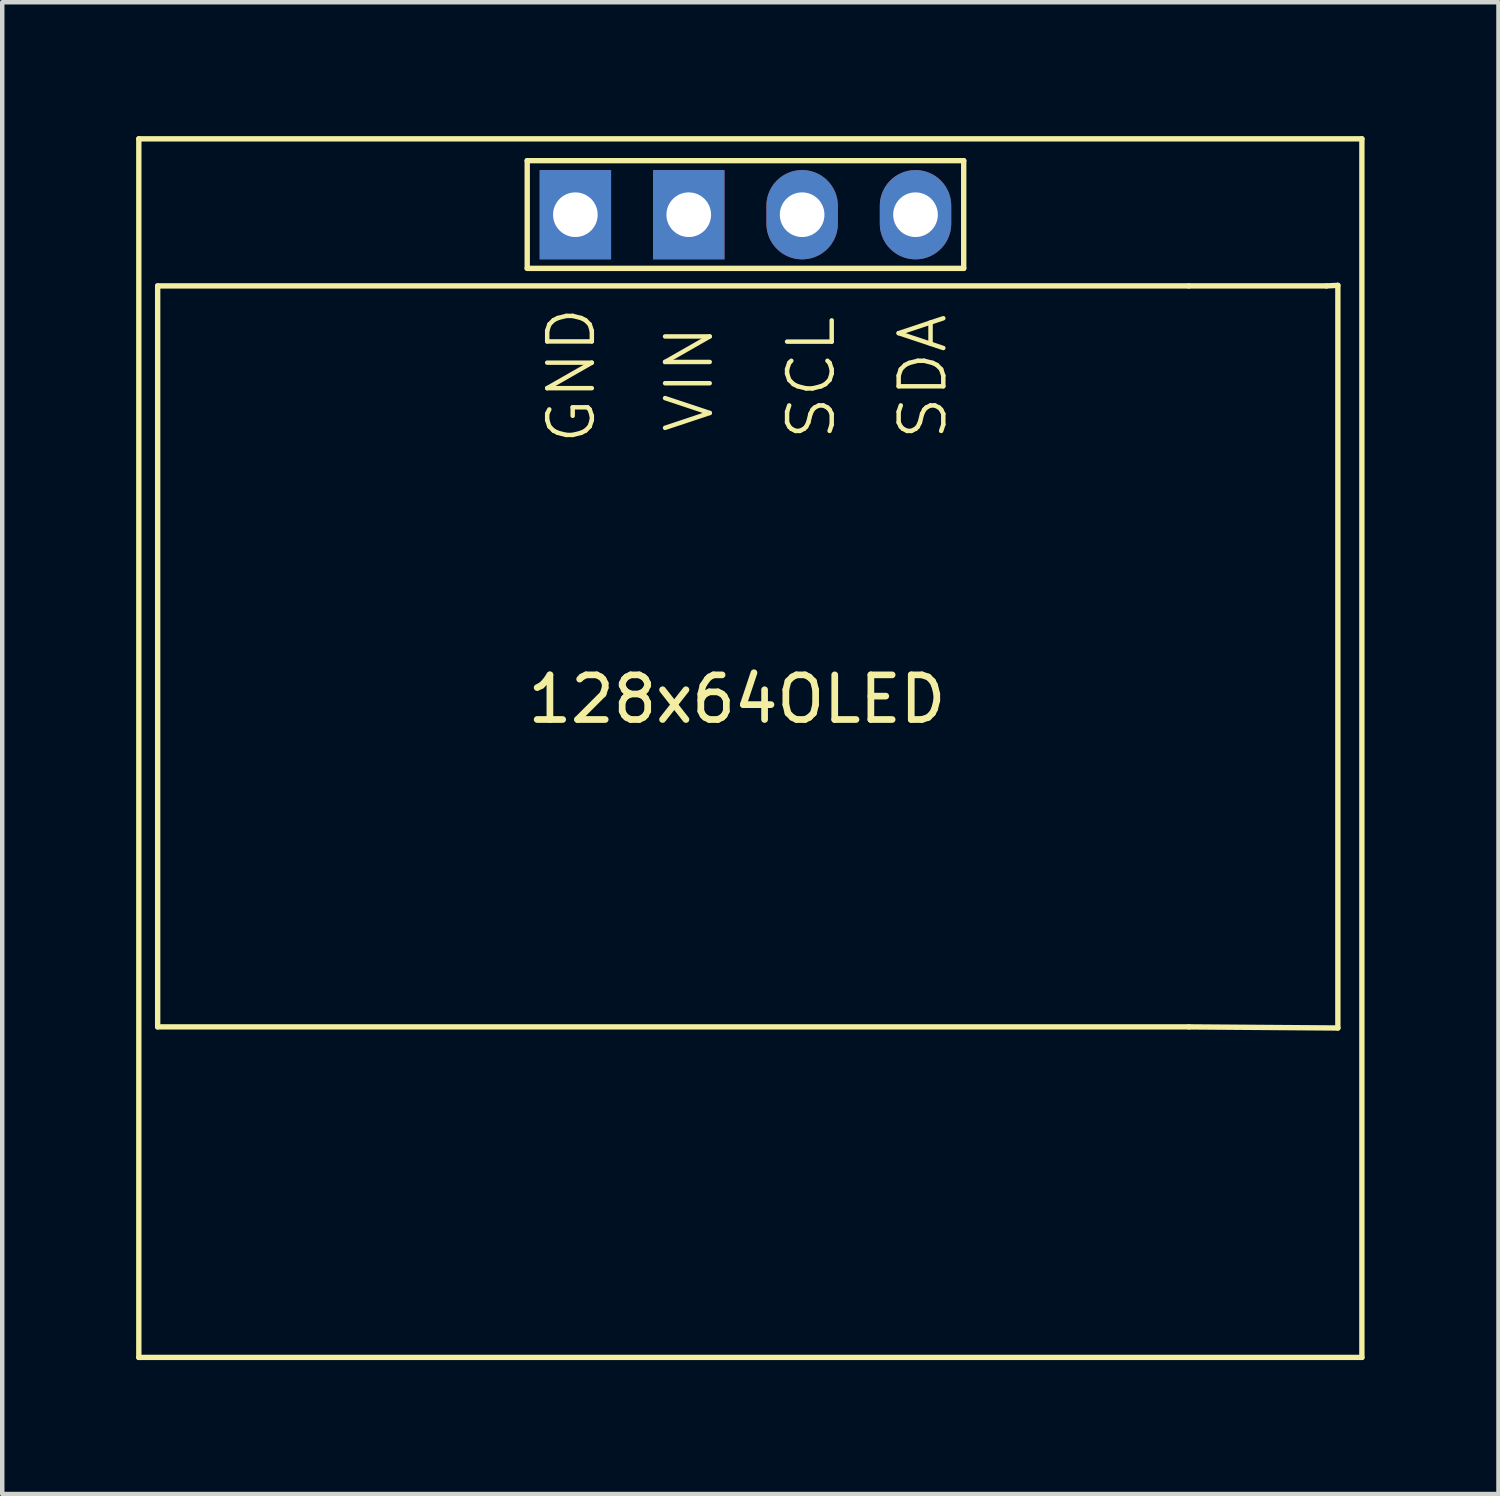
<source format=kicad_pcb>
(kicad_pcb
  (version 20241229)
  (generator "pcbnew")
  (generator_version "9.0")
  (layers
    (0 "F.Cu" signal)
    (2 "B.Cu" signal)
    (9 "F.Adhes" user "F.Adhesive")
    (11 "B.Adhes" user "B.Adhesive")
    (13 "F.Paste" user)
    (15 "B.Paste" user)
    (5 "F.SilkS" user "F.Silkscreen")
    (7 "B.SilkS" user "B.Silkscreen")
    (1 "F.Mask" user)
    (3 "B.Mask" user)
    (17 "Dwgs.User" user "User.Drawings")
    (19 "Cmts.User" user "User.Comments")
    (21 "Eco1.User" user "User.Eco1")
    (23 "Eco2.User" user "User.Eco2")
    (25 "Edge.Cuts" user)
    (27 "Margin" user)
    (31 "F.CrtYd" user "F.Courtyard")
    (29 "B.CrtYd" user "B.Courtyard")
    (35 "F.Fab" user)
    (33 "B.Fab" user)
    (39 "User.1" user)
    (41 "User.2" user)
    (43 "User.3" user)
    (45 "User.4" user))
  (footprint "128x64OLED"
    (layer "F.Cu")
    (at 13.46 12.36)
    (property "Reference" "128x64OLED" (at 0 0.254 0) (layer "F.SilkS") (effects (font (size 1 1) (thickness 0.15))))
    (attr through_hole)
    (fp_line (start -13.4 -12.3) (end 14 -12.3) (stroke (width 0.12) (type solid)) (layer "F.SilkS"))
    (fp_line (start -13.4 15) (end -13.4 -12.3) (stroke (width 0.12) (type solid)) (layer "F.SilkS"))
    (fp_line (start -12.978 -9.005) (end 10.122 -9.005) (stroke (width 0.12) (type solid)) (layer "F.SilkS"))
    (fp_line (start -12.978 7.595) (end -12.978 -9.005) (stroke (width 0.12) (type solid)) (layer "F.SilkS"))
    (fp_line (start -4.699 -11.811) (end -4.699 -9.398) (stroke (width 0.12) (type solid)) (layer "F.SilkS"))
    (fp_line (start -4.699 -11.811) (end 5.08 -11.811) (stroke (width 0.12) (type solid)) (layer "F.SilkS"))
    (fp_line (start 5.08 -11.811) (end 5.08 -9.398) (stroke (width 0.12) (type solid)) (layer "F.SilkS"))
    (fp_line (start 5.08 -9.398) (end -4.699 -9.398) (stroke (width 0.12) (type solid)) (layer "F.SilkS"))
    (fp_line (start 10.122 -9.005) (end 13.208 -9.005) (stroke (width 0.12) (type solid)) (layer "F.SilkS"))
    (fp_line (start 10.122 7.595) (end -12.978 7.595) (stroke (width 0.12) (type solid)) (layer "F.SilkS"))
    (fp_line (start 10.122 7.595) (end 13.462 7.62) (stroke (width 0.12) (type solid)) (layer "F.SilkS"))
    (fp_line (start 13.462 -9.017) (end 13.208 -9.005) (stroke (width 0.12) (type solid)) (layer "F.SilkS"))
    (fp_line (start 13.462 7.62) (end 13.462 -9.017) (stroke (width 0.12) (type solid)) (layer "F.SilkS"))
    (fp_line (start 14 -12.3) (end 14 15) (stroke (width 0.12) (type solid)) (layer "F.SilkS"))
    (fp_line (start 14 15) (end -13.4 15) (stroke (width 0.12) (type solid)) (layer "F.SilkS"))
    (fp_text user "GND" (at -3.124 -5.41 90) (unlocked yes) (layer "F.SilkS") (effects (font (size 1 1) (thickness 0.1)) (justify left bottom)))
    (fp_text user "SDA" (at 4.75 -5.5 90) (unlocked yes) (layer "F.SilkS") (effects (font (size 1 1) (thickness 0.1)) (justify left bottom)))
    (fp_text user "VIN" (at -0.483 -5.664 90) (unlocked yes) (layer "F.SilkS") (effects (font (size 1 1) (thickness 0.1)) (justify left bottom)))
    (fp_text user "SCL" (at 2.25 -5.5 90) (unlocked yes) (layer "F.SilkS") (effects (font (size 1 1) (thickness 0.1)) (justify left bottom)))
    (pad "1" thru_hole rect (at -3.62 -10.6 90) (size 2 1.6) (drill 1) (layers "*.Cu" "*.Mask"))
    (pad "2" thru_hole rect (at -1.08 -10.6 90) (size 2 1.6) (drill oval 1) (layers "*.Cu" "*.Mask"))
    (pad "3" thru_hole oval (at 1.46 -10.6 90) (size 2 1.6) (drill 1) (layers "*.Cu" "*.Mask"))
    (pad "4" thru_hole oval (at 4 -10.6 90) (size 2 1.6) (drill 1) (layers "*.Cu" "*.Mask")))
  (gr_rect
    (start -3 -3)
    (end 30.52 30.42)
    (stroke (width 0.1) (type default))
    (fill no)
    (layer "Edge.Cuts")))
</source>
